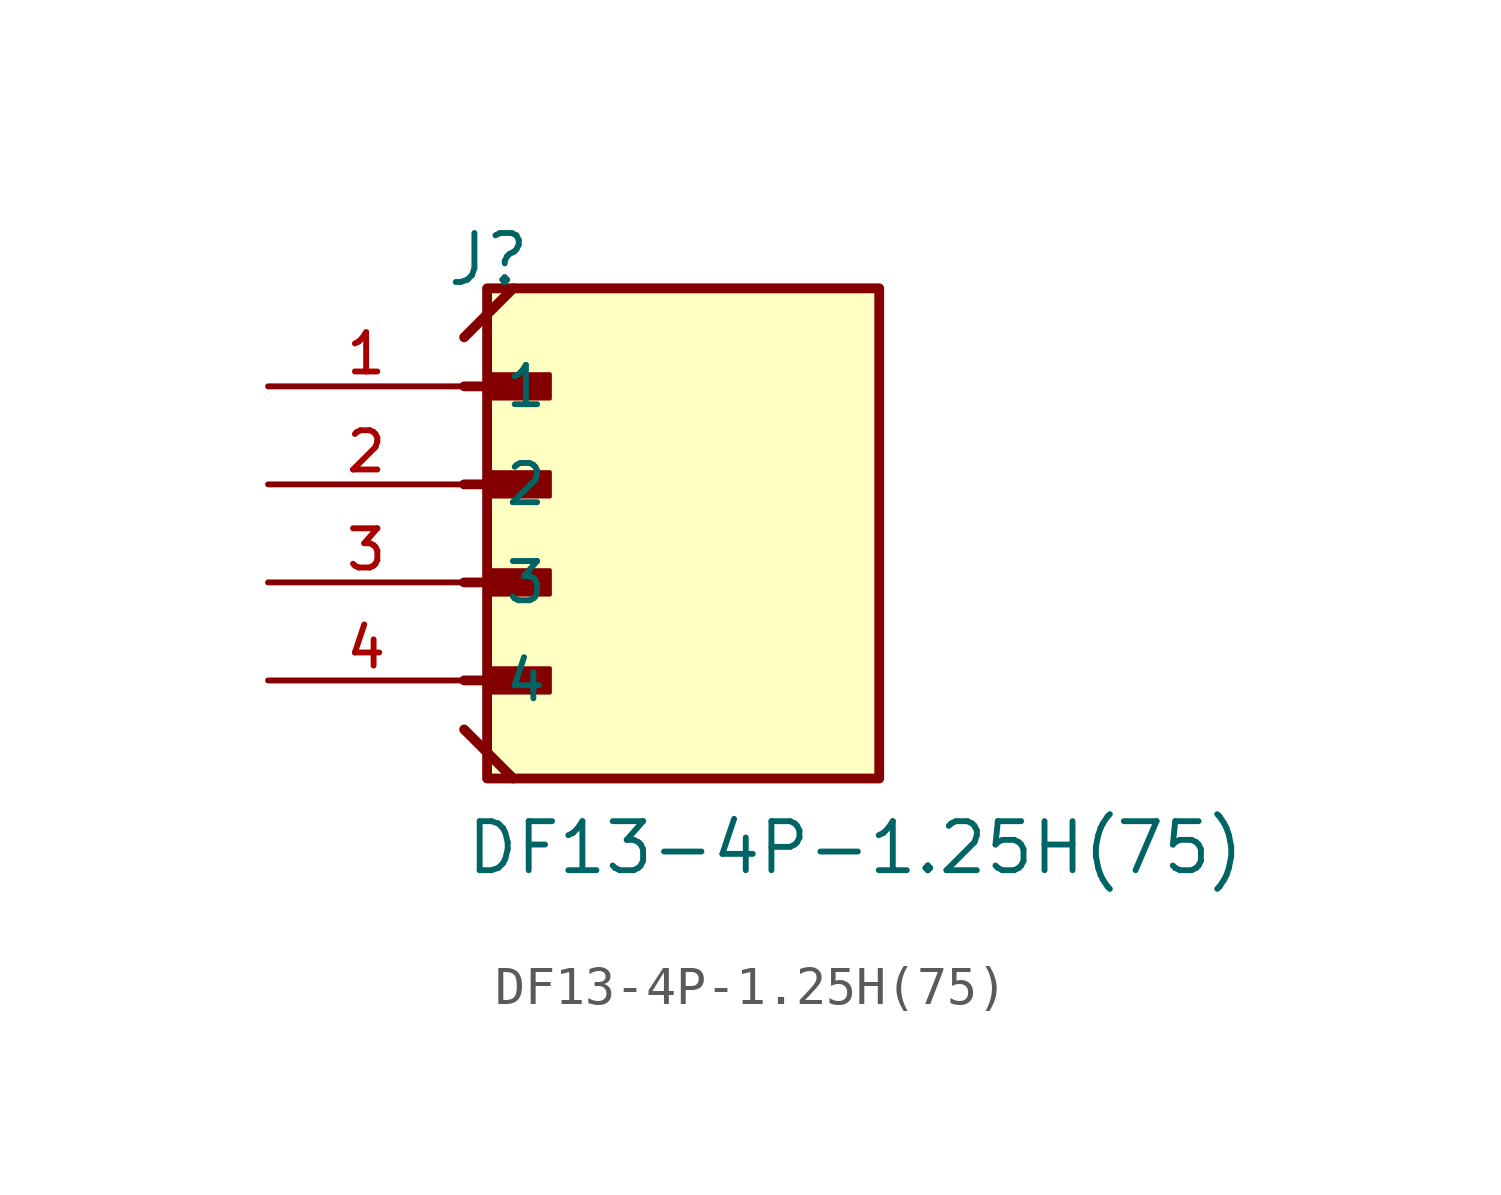
<source format=kicad_sym>
(kicad_symbol_lib
  (version 20211014)
  (generator kicad_symbol_editor)
  (symbol "DF13-4P-1.25H(75)"
    (pin_names
      (offset 1.016))
    (property "Reference" "J"
      (at -5.58 7.62 0)
      (effects (font (size 1.27 1.27)) (justify bottom left)))
    (property "Value" "DF13-4P-1.25H(75)"
      (at -5.08 -7.62 0)
      (effects (font (size 1.27 1.27)) (justify bottom left)))
    (symbol "DF13-4P-1.25H(75)_0_0"
      (polyline (pts (xy -5.08 5.08) (xy -3.175 5.08)) (stroke (width 0.254)))
      (rectangle (start -4.445 4.763) (end -2.857 5.397) (stroke (width 0.1)) (fill (type outline)))
      (polyline (pts (xy -5.08 2.54) (xy -3.175 2.54)) (stroke (width 0.254)))
      (rectangle (start -4.445 2.223) (end -2.857 2.857) (stroke (width 0.1)) (fill (type outline)))
      (polyline (pts (xy -5.08 0.0) (xy -3.175 0.0)) (stroke (width 0.254)))
      (rectangle (start -4.445 -0.318) (end -2.857 0.318) (stroke (width 0.1)) (fill (type outline)))
      (polyline (pts (xy -5.08 -2.54) (xy -3.175 -2.54)) (stroke (width 0.254)))
      (rectangle (start -4.445 -2.857) (end -2.857 -2.223) (stroke (width 0.1)) (fill (type outline)))
      (polyline (pts (xy -5.08 -3.81) (xy -3.81 -5.08)) (stroke (width 0.254)))
      (polyline (pts (xy -5.08 6.35) (xy -3.81 7.62)) (stroke (width 0.254)))
      (rectangle (start -4.485 -5.08) (end 5.675 7.62) (stroke (width 0.254)) (fill (type background)))
      (pin passive line (at -10.16 5.08 0) (length 5.08) (name "1" (effects (font (size 1.016 1.016)))) (number "1" (effects (font (size 1.016 1.016)))))
      (pin passive line (at -10.16 2.54 0) (length 5.08) (name "2" (effects (font (size 1.016 1.016)))) (number "2" (effects (font (size 1.016 1.016)))))
      (pin passive line (at -10.16 0.0 0) (length 5.08) (name "3" (effects (font (size 1.016 1.016)))) (number "3" (effects (font (size 1.016 1.016)))))
      (pin passive line (at -10.16 -2.54 0) (length 5.08) (name "4" (effects (font (size 1.016 1.016)))) (number "4" (effects (font (size 1.016 1.016))))))))
</source>
